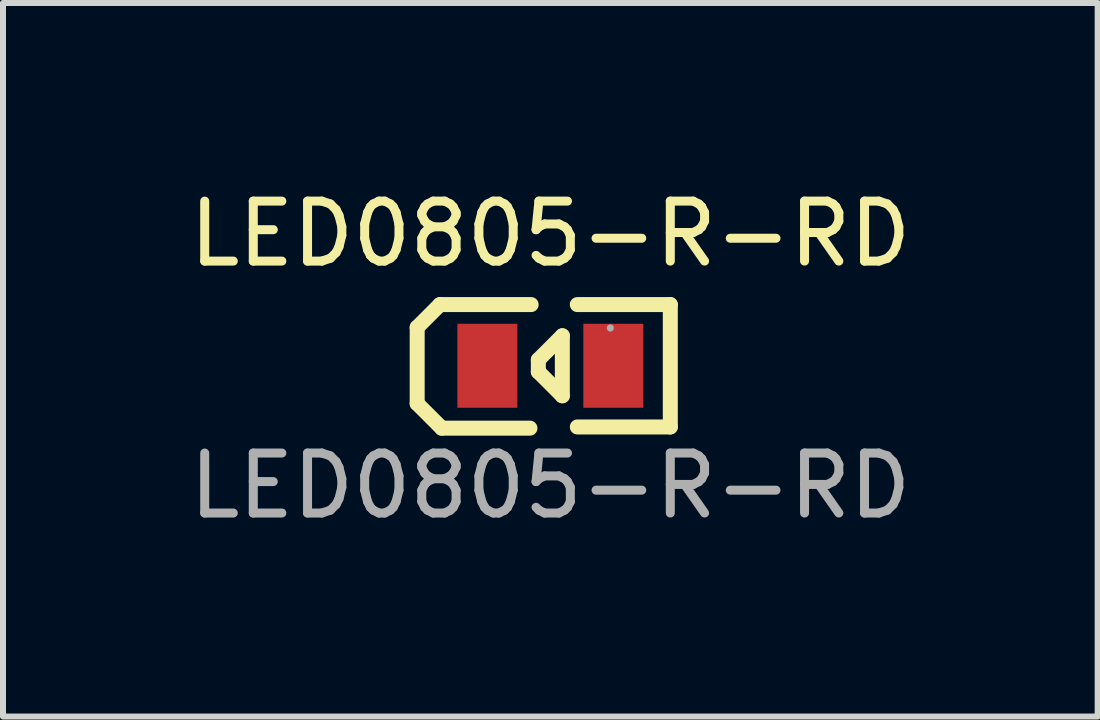
<source format=kicad_pcb>
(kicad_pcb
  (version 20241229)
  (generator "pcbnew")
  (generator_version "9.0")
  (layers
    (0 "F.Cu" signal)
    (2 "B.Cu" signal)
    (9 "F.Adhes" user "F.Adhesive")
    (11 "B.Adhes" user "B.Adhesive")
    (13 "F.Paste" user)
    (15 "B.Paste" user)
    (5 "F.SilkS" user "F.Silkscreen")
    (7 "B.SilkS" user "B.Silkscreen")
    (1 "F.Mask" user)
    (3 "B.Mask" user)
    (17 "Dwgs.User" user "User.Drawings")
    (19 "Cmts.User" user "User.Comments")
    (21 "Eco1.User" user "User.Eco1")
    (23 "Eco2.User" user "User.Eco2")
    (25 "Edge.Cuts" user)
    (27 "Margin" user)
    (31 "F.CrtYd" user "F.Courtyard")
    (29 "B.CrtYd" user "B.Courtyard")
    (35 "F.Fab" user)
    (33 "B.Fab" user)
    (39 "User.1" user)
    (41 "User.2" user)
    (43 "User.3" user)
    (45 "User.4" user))
  (footprint "LED0805-R-RD"
    (layer "F.Cu")
    (at 6.125 3.048)
    (property "Reference" "LED0805-R-RD" (at 0 -2.2 0) (layer "F.SilkS") (effects (font (size 1 1) (thickness 0.15))))
    (attr smd)
    (fp_line (start -2.22 -0.64) (end -1.84 -1.02) (stroke (width 0.25) (type solid)) (layer "F.SilkS"))
    (fp_line (start -2.22 0.63) (end -2.22 -0.64) (stroke (width 0.25) (type solid)) (layer "F.SilkS"))
    (fp_line (start -1.84 -1.02) (end -0.32 -1.02) (stroke (width 0.25) (type solid)) (layer "F.SilkS"))
    (fp_line (start -1.81 1.04) (end -2.22 0.63) (stroke (width 0.25) (type solid)) (layer "F.SilkS"))
    (fp_line (start -0.34 1.04) (end -1.81 1.04) (stroke (width 0.25) (type solid)) (layer "F.SilkS"))
    (fp_line (start -0.2 -0.1) (end -0.2 0.1) (stroke (width 0.25) (type solid)) (layer "F.SilkS"))
    (fp_line (start -0.2 0.1) (end 0.2 0.5) (stroke (width 0.25) (type solid)) (layer "F.SilkS"))
    (fp_line (start 0.2 -0.5) (end -0.2 -0.1) (stroke (width 0.25) (type solid)) (layer "F.SilkS"))
    (fp_line (start 0.2 -0.5) (end 0.2 0.5) (stroke (width 0.25) (type solid)) (layer "F.SilkS"))
    (fp_line (start 0.45 1.02) (end 2 1.02) (stroke (width 0.25) (type solid)) (layer "F.SilkS"))
    (fp_line (start 2 -1.02) (end 0.45 -1.02) (stroke (width 0.25) (type solid)) (layer "F.SilkS"))
    (fp_line (start 2 1.02) (end 2 -1.02) (stroke (width 0.25) (type solid)) (layer "F.SilkS"))
    (fp_circle (center 1 -0.63) (end 1.03 -0.63) (stroke (width 0.06) (type solid)) (fill no) (layer "F.Fab"))
    (fp_text user "${REFERENCE}" (at 0 2 0) (layer "F.Fab") (effects (font (size 1 1) (thickness 0.15))))
    (pad "1" smd rect (at 1.05 0 180) (size 1 1.4) (layers "F.Cu" "F.Mask" "F.Paste"))
    (pad "2" smd rect (at -1.05 0 180) (size 1 1.4) (layers "F.Cu" "F.Mask" "F.Paste")))
  (gr_rect
    (start -3 -3)
    (end 15.25 8.896)
    (stroke (width 0.1) (type default))
    (fill no)
    (layer "Edge.Cuts")))
</source>
